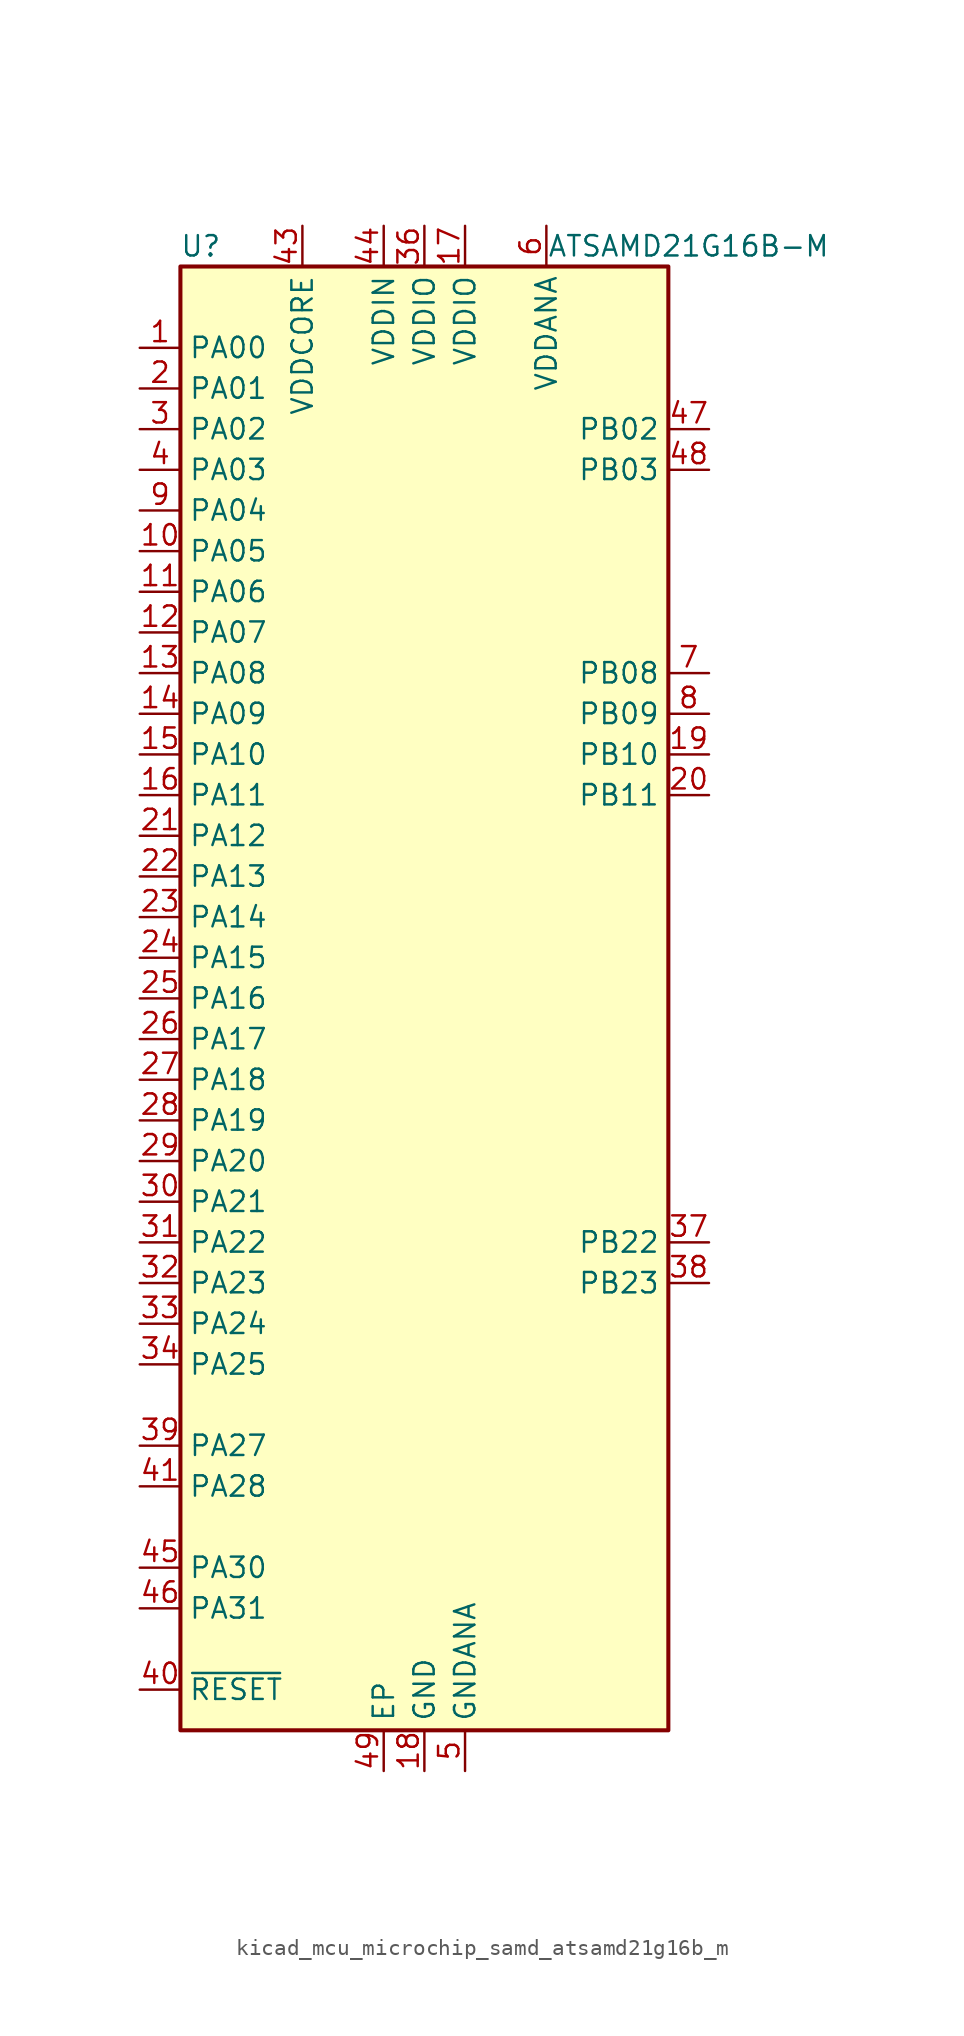
<source format=kicad_sym>
(kicad_symbol_lib
  (version 20220914)
  (generator kicad_symbol_editor)
  (symbol "kicad_mcu_microchip_samd_atsamd21g16b_m"
    (property "Reference" "U"
      (at -13.97 46.99 0)
      (effects (font (size 1.27 1.27))))
    (property "Value" "ATSAMD21G16B-M"
      (at 16.51 46.99 0)
      (effects (font (size 1.27 1.27))))
    (symbol "kicad_mcu_microchip_samd_atsamd21g16b_m_0_1"
      (rectangle (start -15.24 45.72) (end 15.24 -45.72) (stroke (width 0.254) (type default)) (fill (type background))))
    (symbol "kicad_mcu_microchip_samd_atsamd21g16b_m_1_1"
      (pin bidirectional line (at -17.78 40.64 0) (length 2.54) (name "PA00" (effects (font (size 1.27 1.27)))) (number "1" (effects (font (size 1.27 1.27)))))
      (pin bidirectional line (at -17.78 27.94 0) (length 2.54) (name "PA05" (effects (font (size 1.27 1.27)))) (number "10" (effects (font (size 1.27 1.27)))))
      (pin bidirectional line (at -17.78 25.4 0) (length 2.54) (name "PA06" (effects (font (size 1.27 1.27)))) (number "11" (effects (font (size 1.27 1.27)))))
      (pin bidirectional line (at -17.78 22.86 0) (length 2.54) (name "PA07" (effects (font (size 1.27 1.27)))) (number "12" (effects (font (size 1.27 1.27)))))
      (pin bidirectional line (at -17.78 20.32 0) (length 2.54) (name "PA08" (effects (font (size 1.27 1.27)))) (number "13" (effects (font (size 1.27 1.27)))))
      (pin bidirectional line (at -17.78 17.78 0) (length 2.54) (name "PA09" (effects (font (size 1.27 1.27)))) (number "14" (effects (font (size 1.27 1.27)))))
      (pin bidirectional line (at -17.78 15.24 0) (length 2.54) (name "PA10" (effects (font (size 1.27 1.27)))) (number "15" (effects (font (size 1.27 1.27)))))
      (pin bidirectional line (at -17.78 12.7 0) (length 2.54) (name "PA11" (effects (font (size 1.27 1.27)))) (number "16" (effects (font (size 1.27 1.27)))))
      (pin power_in line (at 2.54 48.26 270) (length 2.54) (name "VDDIO" (effects (font (size 1.27 1.27)))) (number "17" (effects (font (size 1.27 1.27)))))
      (pin power_in line (at 0 -48.26 90) (length 2.54) (name "GND" (effects (font (size 1.27 1.27)))) (number "18" (effects (font (size 1.27 1.27)))))
      (pin bidirectional line (at 17.78 15.24 180) (length 2.54) (name "PB10" (effects (font (size 1.27 1.27)))) (number "19" (effects (font (size 1.27 1.27)))))
      (pin bidirectional line (at -17.78 38.1 0) (length 2.54) (name "PA01" (effects (font (size 1.27 1.27)))) (number "2" (effects (font (size 1.27 1.27)))))
      (pin bidirectional line (at 17.78 12.7 180) (length 2.54) (name "PB11" (effects (font (size 1.27 1.27)))) (number "20" (effects (font (size 1.27 1.27)))))
      (pin bidirectional line (at -17.78 10.16 0) (length 2.54) (name "PA12" (effects (font (size 1.27 1.27)))) (number "21" (effects (font (size 1.27 1.27)))))
      (pin bidirectional line (at -17.78 7.62 0) (length 2.54) (name "PA13" (effects (font (size 1.27 1.27)))) (number "22" (effects (font (size 1.27 1.27)))))
      (pin bidirectional line (at -17.78 5.08 0) (length 2.54) (name "PA14" (effects (font (size 1.27 1.27)))) (number "23" (effects (font (size 1.27 1.27)))))
      (pin bidirectional line (at -17.78 2.54 0) (length 2.54) (name "PA15" (effects (font (size 1.27 1.27)))) (number "24" (effects (font (size 1.27 1.27)))))
      (pin bidirectional line (at -17.78 0 0) (length 2.54) (name "PA16" (effects (font (size 1.27 1.27)))) (number "25" (effects (font (size 1.27 1.27)))))
      (pin bidirectional line (at -17.78 -2.54 0) (length 2.54) (name "PA17" (effects (font (size 1.27 1.27)))) (number "26" (effects (font (size 1.27 1.27)))))
      (pin bidirectional line (at -17.78 -5.08 0) (length 2.54) (name "PA18" (effects (font (size 1.27 1.27)))) (number "27" (effects (font (size 1.27 1.27)))))
      (pin bidirectional line (at -17.78 -7.62 0) (length 2.54) (name "PA19" (effects (font (size 1.27 1.27)))) (number "28" (effects (font (size 1.27 1.27)))))
      (pin bidirectional line (at -17.78 -10.16 0) (length 2.54) (name "PA20" (effects (font (size 1.27 1.27)))) (number "29" (effects (font (size 1.27 1.27)))))
      (pin bidirectional line (at -17.78 35.56 0) (length 2.54) (name "PA02" (effects (font (size 1.27 1.27)))) (number "3" (effects (font (size 1.27 1.27)))))
      (pin bidirectional line (at -17.78 -12.7 0) (length 2.54) (name "PA21" (effects (font (size 1.27 1.27)))) (number "30" (effects (font (size 1.27 1.27)))))
      (pin bidirectional line (at -17.78 -15.24 0) (length 2.54) (name "PA22" (effects (font (size 1.27 1.27)))) (number "31" (effects (font (size 1.27 1.27)))))
      (pin bidirectional line (at -17.78 -17.78 0) (length 2.54) (name "PA23" (effects (font (size 1.27 1.27)))) (number "32" (effects (font (size 1.27 1.27)))))
      (pin bidirectional line (at -17.78 -20.32 0) (length 2.54) (name "PA24" (effects (font (size 1.27 1.27)))) (number "33" (effects (font (size 1.27 1.27)))))
      (pin bidirectional line (at -17.78 -22.86 0) (length 2.54) (name "PA25" (effects (font (size 1.27 1.27)))) (number "34" (effects (font (size 1.27 1.27)))))
      (pin passive line (at 0 -48.26 90) (length 2.54) hide (name "GND" (effects (font (size 1.27 1.27)))) (number "35" (effects (font (size 1.27 1.27)))))
      (pin power_in line (at 0 48.26 270) (length 2.54) (name "VDDIO" (effects (font (size 1.27 1.27)))) (number "36" (effects (font (size 1.27 1.27)))))
      (pin bidirectional line (at 17.78 -15.24 180) (length 2.54) (name "PB22" (effects (font (size 1.27 1.27)))) (number "37" (effects (font (size 1.27 1.27)))))
      (pin bidirectional line (at 17.78 -17.78 180) (length 2.54) (name "PB23" (effects (font (size 1.27 1.27)))) (number "38" (effects (font (size 1.27 1.27)))))
      (pin bidirectional line (at -17.78 -27.94 0) (length 2.54) (name "PA27" (effects (font (size 1.27 1.27)))) (number "39" (effects (font (size 1.27 1.27)))))
      (pin bidirectional line (at -17.78 33.02 0) (length 2.54) (name "PA03" (effects (font (size 1.27 1.27)))) (number "4" (effects (font (size 1.27 1.27)))))
      (pin input line (at -17.78 -43.18 0) (length 2.54) (name "~{RESET}" (effects (font (size 1.27 1.27)))) (number "40" (effects (font (size 1.27 1.27)))))
      (pin bidirectional line (at -17.78 -30.48 0) (length 2.54) (name "PA28" (effects (font (size 1.27 1.27)))) (number "41" (effects (font (size 1.27 1.27)))))
      (pin passive line (at 0 -48.26 90) (length 2.54) hide (name "GND" (effects (font (size 1.27 1.27)))) (number "42" (effects (font (size 1.27 1.27)))))
      (pin power_out line (at -7.62 48.26 270) (length 2.54) (name "VDDCORE" (effects (font (size 1.27 1.27)))) (number "43" (effects (font (size 1.27 1.27)))))
      (pin power_in line (at -2.54 48.26 270) (length 2.54) (name "VDDIN" (effects (font (size 1.27 1.27)))) (number "44" (effects (font (size 1.27 1.27)))))
      (pin bidirectional line (at -17.78 -35.56 0) (length 2.54) (name "PA30" (effects (font (size 1.27 1.27)))) (number "45" (effects (font (size 1.27 1.27)))))
      (pin bidirectional line (at -17.78 -38.1 0) (length 2.54) (name "PA31" (effects (font (size 1.27 1.27)))) (number "46" (effects (font (size 1.27 1.27)))))
      (pin bidirectional line (at 17.78 35.56 180) (length 2.54) (name "PB02" (effects (font (size 1.27 1.27)))) (number "47" (effects (font (size 1.27 1.27)))))
      (pin bidirectional line (at 17.78 33.02 180) (length 2.54) (name "PB03" (effects (font (size 1.27 1.27)))) (number "48" (effects (font (size 1.27 1.27)))))
      (pin passive line (at -2.54 -48.26 90) (length 2.54) (name "EP" (effects (font (size 1.27 1.27)))) (number "49" (effects (font (size 1.27 1.27)))))
      (pin power_in line (at 2.54 -48.26 90) (length 2.54) (name "GNDANA" (effects (font (size 1.27 1.27)))) (number "5" (effects (font (size 1.27 1.27)))))
      (pin power_in line (at 7.62 48.26 270) (length 2.54) (name "VDDANA" (effects (font (size 1.27 1.27)))) (number "6" (effects (font (size 1.27 1.27)))))
      (pin bidirectional line (at 17.78 20.32 180) (length 2.54) (name "PB08" (effects (font (size 1.27 1.27)))) (number "7" (effects (font (size 1.27 1.27)))))
      (pin bidirectional line (at 17.78 17.78 180) (length 2.54) (name "PB09" (effects (font (size 1.27 1.27)))) (number "8" (effects (font (size 1.27 1.27)))))
      (pin bidirectional line (at -17.78 30.48 0) (length 2.54) (name "PA04" (effects (font (size 1.27 1.27)))) (number "9" (effects (font (size 1.27 1.27))))))))
</source>
